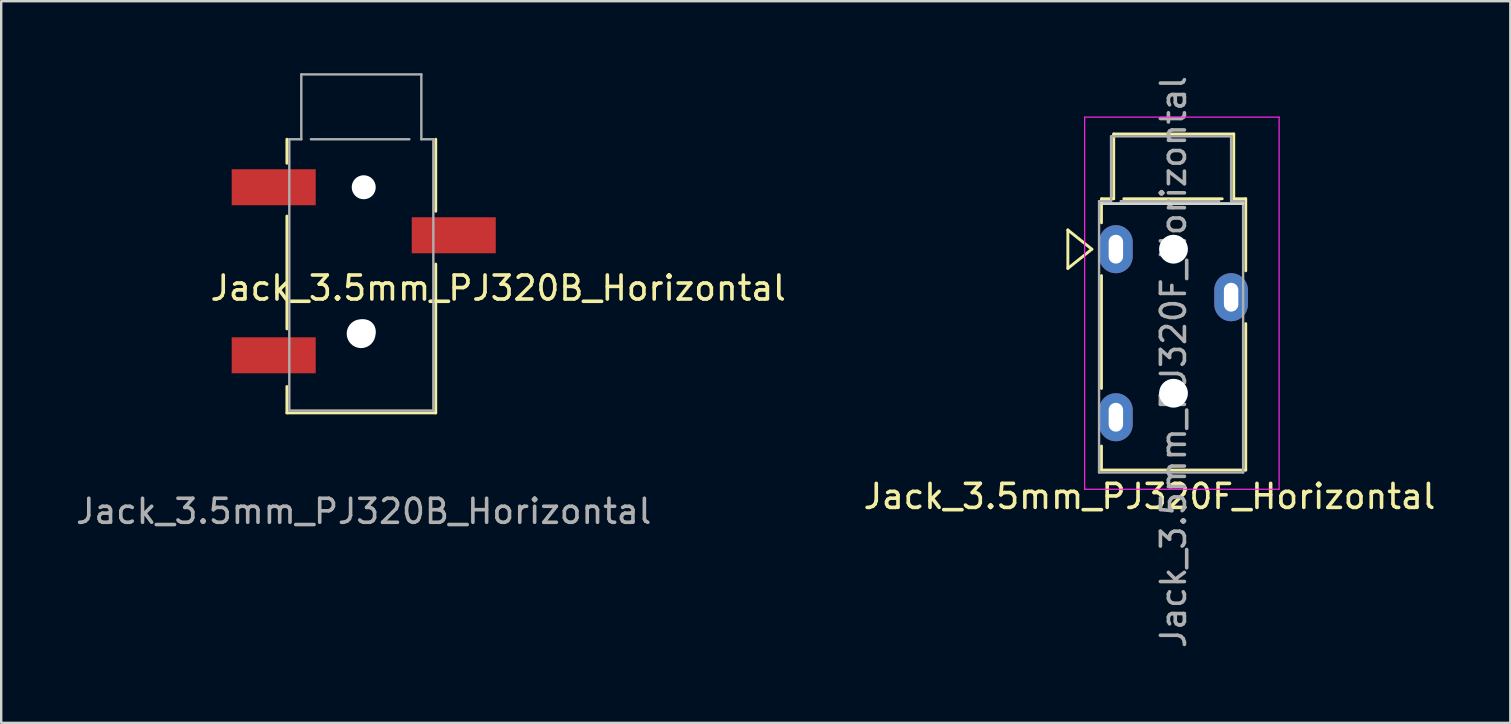
<source format=kicad_pcb>
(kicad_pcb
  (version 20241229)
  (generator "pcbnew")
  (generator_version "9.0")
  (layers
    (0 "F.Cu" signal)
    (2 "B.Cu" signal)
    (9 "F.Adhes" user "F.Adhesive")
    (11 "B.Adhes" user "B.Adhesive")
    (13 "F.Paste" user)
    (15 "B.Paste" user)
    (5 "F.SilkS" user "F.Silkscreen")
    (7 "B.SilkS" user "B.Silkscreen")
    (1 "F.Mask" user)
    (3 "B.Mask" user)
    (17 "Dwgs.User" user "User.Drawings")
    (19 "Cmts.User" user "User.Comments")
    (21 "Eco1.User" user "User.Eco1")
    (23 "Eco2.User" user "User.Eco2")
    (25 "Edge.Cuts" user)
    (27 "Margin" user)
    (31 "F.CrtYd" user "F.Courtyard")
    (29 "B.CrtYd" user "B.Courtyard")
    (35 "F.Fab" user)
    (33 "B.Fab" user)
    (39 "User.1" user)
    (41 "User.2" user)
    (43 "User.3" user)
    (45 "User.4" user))
  (footprint "Jack_3.5mm_PJ320F_Horizontal"
    (layer "F.Cu")
    (at 43.432 7.33)
    (property "Reference" "Jack_3.5mm_PJ320F_Horizontal" (at 1.4 10.3 0) (layer "F.SilkS") (effects (font (size 1 1) (thickness 0.15))))
    (attr through_hole)
    (fp_line (start -2 -0.8) (end -1 0) (stroke (width 0.12) (type solid)) (layer "F.SilkS"))
    (fp_line (start -2 0.8) (end -2 -0.8) (stroke (width 0.12) (type solid)) (layer "F.SilkS"))
    (fp_line (start -1 0) (end -2 0.8) (stroke (width 0.12) (type solid)) (layer "F.SilkS"))
    (fp_line (start -0.6 -2.1) (end -0.6 -1.1) (stroke (width 0.12) (type solid)) (layer "F.SilkS"))
    (fp_line (start -0.6 1.1) (end -0.6 5.8) (stroke (width 0.12) (type solid)) (layer "F.SilkS"))
    (fp_line (start -0.6 9.2) (end -0.6 8.2) (stroke (width 0.12) (type solid)) (layer "F.SilkS"))
    (fp_line (start -0.59 -2.1) (end -0.09 -2.1) (stroke (width 0.12) (type solid)) (layer "F.SilkS"))
    (fp_line (start -0.09 -4.8) (end 4.91 -4.8) (stroke (width 0.12) (type solid)) (layer "F.SilkS"))
    (fp_line (start -0.09 -2.1) (end -0.09 -4.8) (stroke (width 0.12) (type solid)) (layer "F.SilkS"))
    (fp_line (start 0.329 -2.1) (end 4.429 -2.1) (stroke (width 0.12) (type solid)) (layer "F.SilkS"))
    (fp_line (start 4.91 -4.8) (end 4.91 -2.1) (stroke (width 0.12) (type solid)) (layer "F.SilkS"))
    (fp_line (start 4.91 -2.1) (end 5.41 -2.1) (stroke (width 0.12) (type solid)) (layer "F.SilkS"))
    (fp_line (start 5.41 9.2) (end -0.59 9.2) (stroke (width 0.12) (type solid)) (layer "F.SilkS"))
    (fp_line (start 5.41 -2.1) (end 5.41 0.9) (stroke (width 0.12) (type solid)) (layer "F.SilkS"))
    (fp_line (start 5.41 3.1) (end 5.41 9.2) (stroke (width 0.12) (type solid)) (layer "F.SilkS"))
    (fp_line (start -0.6 -1.9) (end 5.3 -1.9) (stroke (width 0.12) (type solid)) (layer "Edge.Cuts"))
    (fp_line (start -1.3 -5.5) (end -1.3 10) (stroke (width 0.05) (type solid)) (layer "F.CrtYd"))
    (fp_line (start -1.3 -5.5) (end 6.8 -5.5) (stroke (width 0.05) (type solid)) (layer "F.CrtYd"))
    (fp_line (start -1.3 10) (end 6.8 10) (stroke (width 0.05) (type solid)) (layer "F.CrtYd"))
    (fp_line (start 6.8 -5.5) (end 6.8 10) (stroke (width 0.05) (type solid)) (layer "F.CrtYd"))
    (fp_line (start -0.7 -2) (end -0.2 -2) (stroke (width 0.1) (type solid)) (layer "F.Fab"))
    (fp_line (start -0.7 9.3) (end -0.7 -2) (stroke (width 0.1) (type solid)) (layer "F.Fab"))
    (fp_line (start -0.2 -4.7) (end 4.8 -4.7) (stroke (width 0.1) (type solid)) (layer "F.Fab"))
    (fp_line (start -0.2 -2) (end -0.2 -4.7) (stroke (width 0.1) (type solid)) (layer "F.Fab"))
    (fp_line (start 0.2 -2) (end 4.3 -2) (stroke (width 0.1) (type solid)) (layer "F.Fab"))
    (fp_line (start 4.8 -4.7) (end 4.8 -2) (stroke (width 0.1) (type solid)) (layer "F.Fab"))
    (fp_line (start 4.8 -2) (end 5.3 -2) (stroke (width 0.1) (type solid)) (layer "F.Fab"))
    (fp_line (start 5.3 -2) (end 5.3 9.3) (stroke (width 0.1) (type solid)) (layer "F.Fab"))
    (fp_line (start 5.3 9.3) (end -0.7 9.3) (stroke (width 0.1) (type solid)) (layer "F.Fab"))
    (fp_text user "${REFERENCE}" (at 2.4 4.7 90) (unlocked yes) (layer "F.Fab") (effects (font (size 1 1) (thickness 0.15))))
    (pad "" np_thru_hole circle (at 2.4 0 270) (size 1.2 1.2) (drill 1.2) (layers "*.Cu" "*.Mask"))
    (pad "" np_thru_hole circle (at 2.4 6 270) (size 1.2 1.2) (drill 1.2) (layers "*.Cu" "*.Mask"))
    (pad "R" thru_hole oval (at 4.8 2 270) (size 2 1.4) (drill oval 1.2 0.6) (layers "*.Cu" "*.Mask"))
    (pad "S" thru_hole oval (at 0 0 270) (size 2 1.4) (drill oval 1.2 0.6) (layers "*.Cu" "*.Mask"))
    (pad "T" thru_hole oval (at 0 7 270) (size 2 1.4) (drill oval 1.2 0.6) (layers "*.Cu" "*.Mask")))
  (footprint "Jack_3.5mm_PJ320B_Horizontal"
    (layer "F.Cu")
    (at 12.101 4.75)
    (property "Reference" "Jack_3.5mm_PJ320B_Horizontal" (at 5.6 4.2 0) (unlocked yes) (layer "F.SilkS") (effects (font (size 1 1) (thickness 0.15))))
    (attr smd)
    (fp_line (start -3.2 -2) (end -3.2 -1) (stroke (width 0.12) (type solid)) (layer "F.SilkS"))
    (fp_line (start -3.2 1.2) (end -3.2 5.9) (stroke (width 0.12) (type solid)) (layer "F.SilkS"))
    (fp_line (start -3.2 9.4) (end -3.2 8.3) (stroke (width 0.12) (type solid)) (layer "F.SilkS"))
    (fp_line (start 3 -2) (end 3 1) (stroke (width 0.12) (type solid)) (layer "F.SilkS"))
    (fp_line (start 3 3.2) (end 3 9.4) (stroke (width 0.12) (type solid)) (layer "F.SilkS"))
    (fp_line (start 3 9.4) (end -3.2 9.4) (stroke (width 0.12) (type solid)) (layer "F.SilkS"))
    (fp_line (start -3.1 -2) (end -2.6 -2) (stroke (width 0.1) (type solid)) (layer "F.Fab"))
    (fp_line (start -3.1 9.3) (end -3.1 -2) (stroke (width 0.1) (type solid)) (layer "F.Fab"))
    (fp_line (start -2.6 -4.7) (end 2.4 -4.7) (stroke (width 0.1) (type solid)) (layer "F.Fab"))
    (fp_line (start -2.6 -2) (end -2.6 -4.7) (stroke (width 0.1) (type solid)) (layer "F.Fab"))
    (fp_line (start -2.2 -2) (end 1.9 -2) (stroke (width 0.1) (type solid)) (layer "F.Fab"))
    (fp_line (start 2.4 -4.7) (end 2.4 -2) (stroke (width 0.1) (type solid)) (layer "F.Fab"))
    (fp_line (start 2.4 -2) (end 2.9 -2) (stroke (width 0.1) (type solid)) (layer "F.Fab"))
    (fp_line (start 2.9 -2) (end 2.9 9.3) (stroke (width 0.1) (type solid)) (layer "F.Fab"))
    (fp_line (start 2.9 9.3) (end -3.1 9.3) (stroke (width 0.1) (type solid)) (layer "F.Fab"))
    (fp_text user "${REFERENCE}" (at 0 13.5 0) (unlocked yes) (layer "F.Fab") (effects (font (size 1 1) (thickness 0.15))))
    (pad "" np_thru_hole circle (at -0.11 6.1 270) (size 1.2 1.2) (drill 1.2) (layers "*.Cu" "*.Mask"))
    (pad "" np_thru_hole circle (at 0 0) (size 1 1) (drill 1.2) (layers "*.Cu" "*.Mask"))
    (pad "" np_thru_hole circle (at 0 6) (size 1 1) (drill 1.2) (layers "*.Cu" "*.Mask"))
    (pad "R" smd rect (at 3.75 2) (size 3.5 1.5) (layers "F.Cu" "F.Mask" "F.Paste"))
    (pad "S" smd rect (at -3.75 0) (size 3.5 1.5) (layers "F.Cu" "F.Mask" "F.Paste"))
    (pad "T" smd rect (at -3.75 7) (size 3.5 1.5) (layers "F.Cu" "F.Mask" "F.Paste")))
  (gr_rect
    (start -3 -3)
    (end 59.862 27.06)
    (stroke (width 0.1) (type default))
    (fill no)
    (layer "Edge.Cuts")))
</source>
